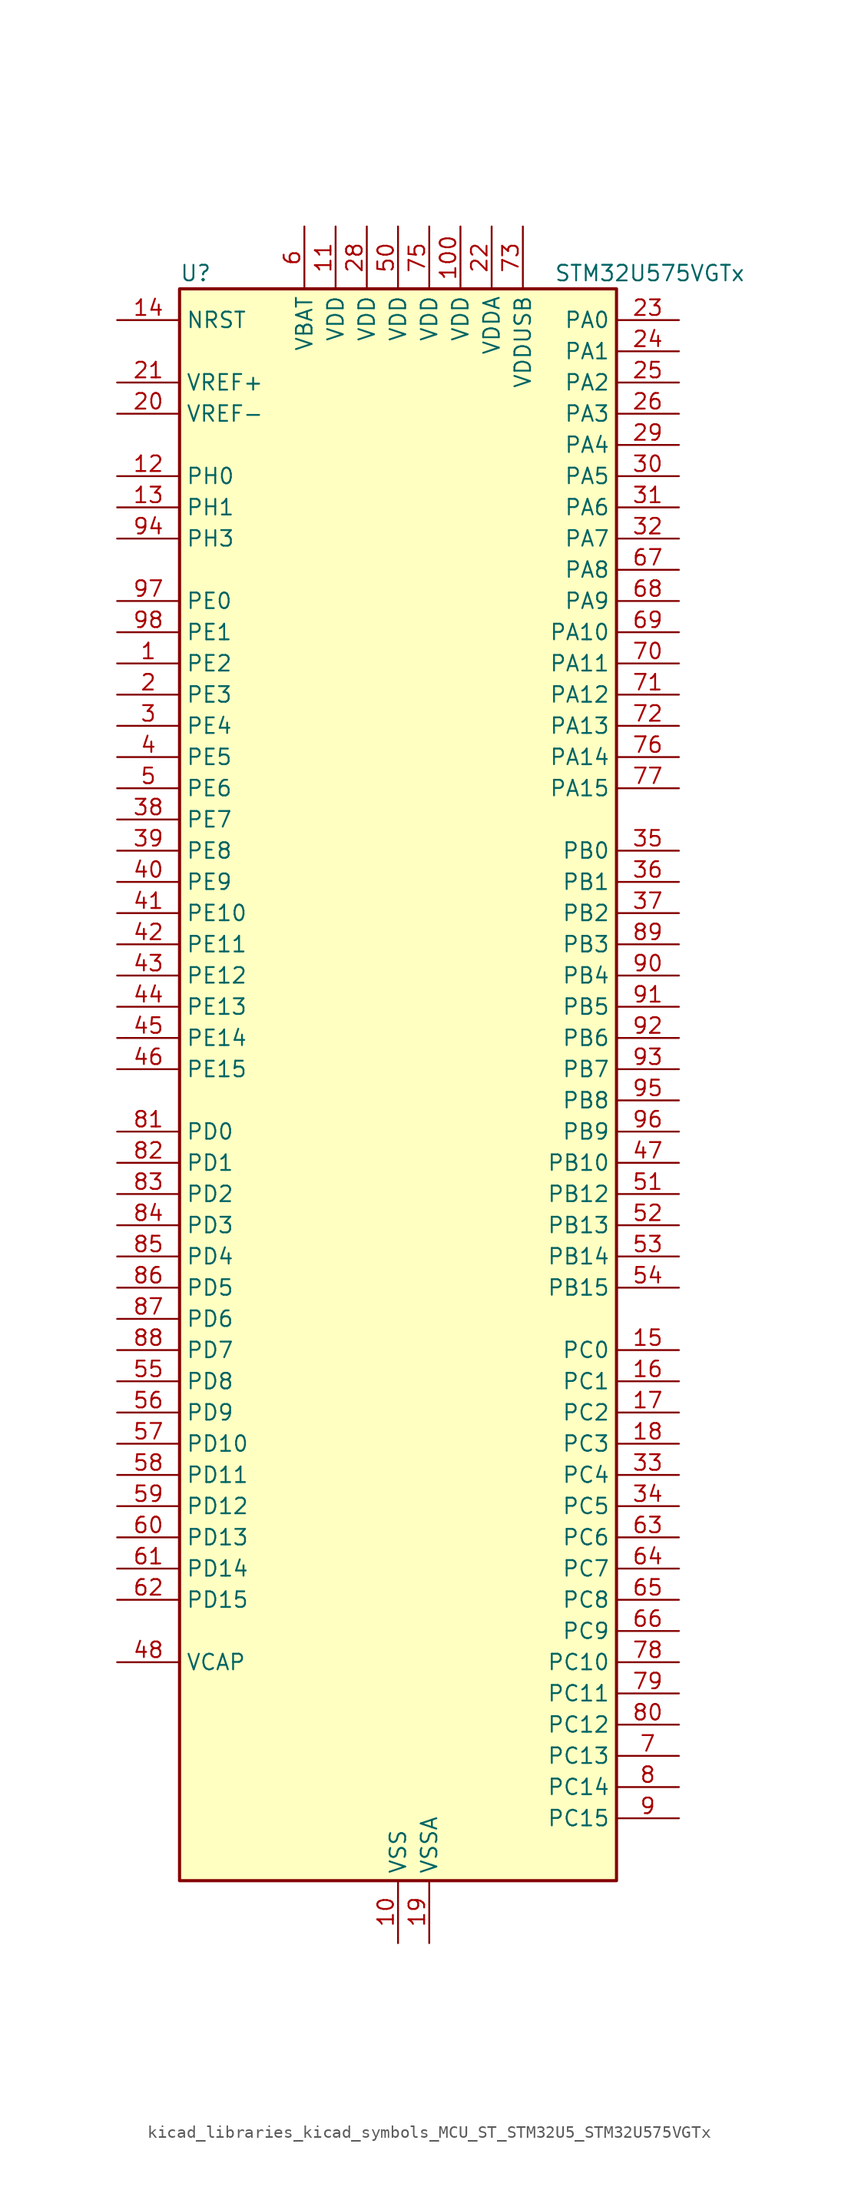
<source format=kicad_sym>
(kicad_symbol_lib
  (version 20220914)
  (generator kicad_symbol_editor)
  (symbol "kicad_libraries_kicad_symbols_MCU_ST_STM32U5_STM32U575VGTx"
    (property "Reference" "U"
      (at -17.78 67.31 0)
      (effects (font (size 1.27 1.27)) (justify left)))
    (property "Value" "STM32U575VGTx"
      (at 12.7 67.31 0)
      (effects (font (size 1.27 1.27)) (justify left)))
    (property "ki_locked" ""
      (at 0 0 0)
      (effects (font (size 1.27 1.27))))
    (symbol "kicad_libraries_kicad_symbols_MCU_ST_STM32U5_STM32U575VGTx_0_1"
      (rectangle (start -17.78 -63.5) (end 17.78 66.04) (stroke (width 0.254) (type default)) (fill (type background))))
    (symbol "kicad_libraries_kicad_symbols_MCU_ST_STM32U5_STM32U575VGTx_1_1"
      (pin bidirectional line (at -22.86 35.56 0) (length 5.08) (name "PE2" (effects (font (size 1.27 1.27)))) (number "1" (effects (font (size 1.27 1.27)))) (alternate "DEBUG_TRACECLK" bidirectional line) (alternate "FMC_A23" bidirectional line) (alternate "SAI1_CK1" bidirectional line) (alternate "SAI1_MCLK_A" bidirectional line) (alternate "TIM3_ETR" bidirectional line) (alternate "TSC_G7_IO1" bidirectional line))
      (pin power_in line (at 0 -68.58 90) (length 5.08) (name "VSS" (effects (font (size 1.27 1.27)))) (number "10" (effects (font (size 1.27 1.27)))))
      (pin power_in line (at 5.08 71.12 270) (length 5.08) (name "VDD" (effects (font (size 1.27 1.27)))) (number "100" (effects (font (size 1.27 1.27)))))
      (pin power_in line (at -5.08 71.12 270) (length 5.08) (name "VDD" (effects (font (size 1.27 1.27)))) (number "11" (effects (font (size 1.27 1.27)))))
      (pin bidirectional line (at -22.86 50.8 0) (length 5.08) (name "PH0" (effects (font (size 1.27 1.27)))) (number "12" (effects (font (size 1.27 1.27)))) (alternate "RCC_OSC_IN" bidirectional line))
      (pin bidirectional line (at -22.86 48.26 0) (length 5.08) (name "PH1" (effects (font (size 1.27 1.27)))) (number "13" (effects (font (size 1.27 1.27)))) (alternate "RCC_OSC_OUT" bidirectional line))
      (pin input line (at -22.86 63.5 0) (length 5.08) (name "NRST" (effects (font (size 1.27 1.27)))) (number "14" (effects (font (size 1.27 1.27)))))
      (pin bidirectional line (at 22.86 -20.32 180) (length 5.08) (name "PC0" (effects (font (size 1.27 1.27)))) (number "15" (effects (font (size 1.27 1.27)))) (alternate "ADC1_IN1" bidirectional line) (alternate "ADC4_IN1" bidirectional line) (alternate "I2C3_SCL" bidirectional line) (alternate "LPTIM1_IN1" bidirectional line) (alternate "LPTIM2_IN1" bidirectional line) (alternate "LPUART1_RX" bidirectional line) (alternate "MDF1_SDI4" bidirectional line) (alternate "OCTOSPIM_P1_IO7" bidirectional line) (alternate "SAI2_FS_A" bidirectional line) (alternate "SDMMC1_D5" bidirectional line) (alternate "SPI2_RDY" bidirectional line))
      (pin bidirectional line (at 22.86 -22.86 180) (length 5.08) (name "PC1" (effects (font (size 1.27 1.27)))) (number "16" (effects (font (size 1.27 1.27)))) (alternate "ADC1_IN2" bidirectional line) (alternate "ADC4_IN2" bidirectional line) (alternate "DEBUG_TRACED0" bidirectional line) (alternate "I2C3_SDA" bidirectional line) (alternate "LPTIM1_CH1" bidirectional line) (alternate "LPUART1_TX" bidirectional line) (alternate "MDF1_CKI4" bidirectional line) (alternate "OCTOSPIM_P1_IO4" bidirectional line) (alternate "SAI1_SD_A" bidirectional line) (alternate "SDMMC2_CK" bidirectional line) (alternate "SPI2_MOSI" bidirectional line))
      (pin bidirectional line (at 22.86 -25.4 180) (length 5.08) (name "PC2" (effects (font (size 1.27 1.27)))) (number "17" (effects (font (size 1.27 1.27)))) (alternate "ADC1_IN3" bidirectional line) (alternate "ADC4_IN3" bidirectional line) (alternate "LPTIM1_IN2" bidirectional line) (alternate "MDF1_CCK1" bidirectional line) (alternate "OCTOSPIM_P1_IO5" bidirectional line) (alternate "SPI2_MISO" bidirectional line))
      (pin bidirectional line (at 22.86 -27.94 180) (length 5.08) (name "PC3" (effects (font (size 1.27 1.27)))) (number "18" (effects (font (size 1.27 1.27)))) (alternate "ADC1_IN4" bidirectional line) (alternate "ADC4_IN4" bidirectional line) (alternate "LPTIM1_ETR" bidirectional line) (alternate "LPTIM2_ETR" bidirectional line) (alternate "LPTIM3_CH1" bidirectional line) (alternate "OCTOSPIM_P1_IO6" bidirectional line) (alternate "SAI1_D1" bidirectional line) (alternate "SAI1_SD_A" bidirectional line) (alternate "SPI2_MOSI" bidirectional line))
      (pin power_in line (at 2.54 -68.58 90) (length 5.08) (name "VSSA" (effects (font (size 1.27 1.27)))) (number "19" (effects (font (size 1.27 1.27)))))
      (pin bidirectional line (at -22.86 33.02 0) (length 5.08) (name "PE3" (effects (font (size 1.27 1.27)))) (number "2" (effects (font (size 1.27 1.27)))) (alternate "DEBUG_TRACED0" bidirectional line) (alternate "FMC_A19" bidirectional line) (alternate "OCTOSPIM_P1_DQS" bidirectional line) (alternate "SAI1_SD_B" bidirectional line) (alternate "TAMP_IN6" bidirectional line) (alternate "TAMP_OUT3" bidirectional line) (alternate "TIM3_CH1" bidirectional line) (alternate "TSC_G7_IO2" bidirectional line))
      (pin input line (at -22.86 55.88 0) (length 5.08) (name "VREF-" (effects (font (size 1.27 1.27)))) (number "20" (effects (font (size 1.27 1.27)))))
      (pin input line (at -22.86 58.42 0) (length 5.08) (name "VREF+" (effects (font (size 1.27 1.27)))) (number "21" (effects (font (size 1.27 1.27)))) (alternate "VREFBUF_OUT" bidirectional line))
      (pin power_in line (at 7.62 71.12 270) (length 5.08) (name "VDDA" (effects (font (size 1.27 1.27)))) (number "22" (effects (font (size 1.27 1.27)))))
      (pin bidirectional line (at 22.86 63.5 180) (length 5.08) (name "PA0" (effects (font (size 1.27 1.27)))) (number "23" (effects (font (size 1.27 1.27)))) (alternate "ADC1_IN5" bidirectional line) (alternate "AUDIOCLK" bidirectional line) (alternate "OCTOSPIM_P2_NCS" bidirectional line) (alternate "OPAMP1_VINP" bidirectional line) (alternate "PWR_WKUP1" bidirectional line) (alternate "SDMMC2_CMD" bidirectional line) (alternate "SPI3_RDY" bidirectional line) (alternate "TAMP_IN2" bidirectional line) (alternate "TAMP_OUT1" bidirectional line) (alternate "TIM2_CH1" bidirectional line) (alternate "TIM2_ETR" bidirectional line) (alternate "TIM5_CH1" bidirectional line) (alternate "TIM8_ETR" bidirectional line) (alternate "UART4_TX" bidirectional line) (alternate "USART2_CTS" bidirectional line))
      (pin bidirectional line (at 22.86 60.96 180) (length 5.08) (name "PA1" (effects (font (size 1.27 1.27)))) (number "24" (effects (font (size 1.27 1.27)))) (alternate "ADC1_IN6" bidirectional line) (alternate "I2C1_SMBA" bidirectional line) (alternate "LPTIM1_CH2" bidirectional line) (alternate "OCTOSPIM_P1_DQS" bidirectional line) (alternate "OPAMP1_VINM" bidirectional line) (alternate "PWR_WKUP3" bidirectional line) (alternate "SPI1_SCK" bidirectional line) (alternate "TAMP_IN5" bidirectional line) (alternate "TAMP_OUT4" bidirectional line) (alternate "TIM15_CH1N" bidirectional line) (alternate "TIM2_CH2" bidirectional line) (alternate "TIM5_CH2" bidirectional line) (alternate "UART4_RX" bidirectional line) (alternate "USART2_DE" bidirectional line) (alternate "USART2_RTS" bidirectional line))
      (pin bidirectional line (at 22.86 58.42 180) (length 5.08) (name "PA2" (effects (font (size 1.27 1.27)))) (number "25" (effects (font (size 1.27 1.27)))) (alternate "ADC1_IN7" bidirectional line) (alternate "COMP1_INP" bidirectional line) (alternate "LPUART1_TX" bidirectional line) (alternate "OCTOSPIM_P1_NCS" bidirectional line) (alternate "PWR_WKUP4" bidirectional line) (alternate "RCC_LSCO" bidirectional line) (alternate "SPI1_RDY" bidirectional line) (alternate "TIM15_CH1" bidirectional line) (alternate "TIM2_CH3" bidirectional line) (alternate "TIM5_CH3" bidirectional line) (alternate "UCPD1_FRSTX1" bidirectional line) (alternate "USART2_TX" bidirectional line))
      (pin bidirectional line (at 22.86 55.88 180) (length 5.08) (name "PA3" (effects (font (size 1.27 1.27)))) (number "26" (effects (font (size 1.27 1.27)))) (alternate "ADC1_IN8" bidirectional line) (alternate "LPUART1_RX" bidirectional line) (alternate "OCTOSPIM_P1_CLK" bidirectional line) (alternate "OPAMP1_VOUT" bidirectional line) (alternate "PWR_WKUP5" bidirectional line) (alternate "SAI1_CK1" bidirectional line) (alternate "SAI1_MCLK_A" bidirectional line) (alternate "TIM15_CH2" bidirectional line) (alternate "TIM2_CH4" bidirectional line) (alternate "TIM5_CH4" bidirectional line) (alternate "USART2_RX" bidirectional line))
      (pin passive line (at 0 -68.58 90) (length 5.08) hide (name "VSS" (effects (font (size 1.27 1.27)))) (number "27" (effects (font (size 1.27 1.27)))))
      (pin power_in line (at -2.54 71.12 270) (length 5.08) (name "VDD" (effects (font (size 1.27 1.27)))) (number "28" (effects (font (size 1.27 1.27)))))
      (pin bidirectional line (at 22.86 53.34 180) (length 5.08) (name "PA4" (effects (font (size 1.27 1.27)))) (number "29" (effects (font (size 1.27 1.27)))) (alternate "ADC1_IN9" bidirectional line) (alternate "ADC4_IN9" bidirectional line) (alternate "DAC1_OUT1" bidirectional line) (alternate "DCMI_HSYNC" bidirectional line) (alternate "LPTIM2_CH1" bidirectional line) (alternate "OCTOSPIM_P1_NCS" bidirectional line) (alternate "PSSI_DE" bidirectional line) (alternate "PWR_WKUP2" bidirectional line) (alternate "SAI1_FS_B" bidirectional line) (alternate "SPI1_NSS" bidirectional line) (alternate "SPI3_NSS" bidirectional line) (alternate "USART2_CK" bidirectional line))
      (pin bidirectional line (at -22.86 30.48 0) (length 5.08) (name "PE4" (effects (font (size 1.27 1.27)))) (number "3" (effects (font (size 1.27 1.27)))) (alternate "DCMI_D4" bidirectional line) (alternate "DEBUG_TRACED1" bidirectional line) (alternate "FMC_A20" bidirectional line) (alternate "MDF1_SDI3" bidirectional line) (alternate "PSSI_D4" bidirectional line) (alternate "PWR_WKUP1" bidirectional line) (alternate "SAI1_D2" bidirectional line) (alternate "SAI1_FS_A" bidirectional line) (alternate "TAMP_IN7" bidirectional line) (alternate "TAMP_OUT8" bidirectional line) (alternate "TIM3_CH2" bidirectional line) (alternate "TSC_G7_IO3" bidirectional line))
      (pin bidirectional line (at 22.86 50.8 180) (length 5.08) (name "PA5" (effects (font (size 1.27 1.27)))) (number "30" (effects (font (size 1.27 1.27)))) (alternate "ADC1_IN10" bidirectional line) (alternate "ADC4_IN10" bidirectional line) (alternate "DAC1_OUT2" bidirectional line) (alternate "LPTIM2_ETR" bidirectional line) (alternate "PSSI_D14" bidirectional line) (alternate "PWR_CSLEEP" bidirectional line) (alternate "PWR_WKUP6" bidirectional line) (alternate "SPI1_SCK" bidirectional line) (alternate "TIM2_CH1" bidirectional line) (alternate "TIM2_ETR" bidirectional line) (alternate "TIM8_CH1N" bidirectional line) (alternate "USART3_RX" bidirectional line))
      (pin bidirectional line (at 22.86 48.26 180) (length 5.08) (name "PA6" (effects (font (size 1.27 1.27)))) (number "31" (effects (font (size 1.27 1.27)))) (alternate "ADC1_IN11" bidirectional line) (alternate "ADC4_IN11" bidirectional line) (alternate "DCMI_PIXCLK" bidirectional line) (alternate "LPUART1_CTS" bidirectional line) (alternate "OCTOSPIM_P1_IO3" bidirectional line) (alternate "OPAMP2_VINP" bidirectional line) (alternate "PSSI_PDCK" bidirectional line) (alternate "PWR_CDSTOP" bidirectional line) (alternate "PWR_WKUP7" bidirectional line) (alternate "SPI1_MISO" bidirectional line) (alternate "TIM16_CH1" bidirectional line) (alternate "TIM1_BKIN" bidirectional line) (alternate "TIM3_CH1" bidirectional line) (alternate "TIM8_BKIN" bidirectional line) (alternate "USART3_CTS" bidirectional line))
      (pin bidirectional line (at 22.86 45.72 180) (length 5.08) (name "PA7" (effects (font (size 1.27 1.27)))) (number "32" (effects (font (size 1.27 1.27)))) (alternate "ADC1_IN12" bidirectional line) (alternate "ADC4_IN20" bidirectional line) (alternate "I2C3_SCL" bidirectional line) (alternate "LPTIM2_CH2" bidirectional line) (alternate "OCTOSPIM_P1_IO2" bidirectional line) (alternate "OPAMP2_VINM" bidirectional line) (alternate "PWR_SRDSTOP" bidirectional line) (alternate "PWR_WKUP8" bidirectional line) (alternate "SPI1_MOSI" bidirectional line) (alternate "TIM17_CH1" bidirectional line) (alternate "TIM1_CH1N" bidirectional line) (alternate "TIM3_CH2" bidirectional line) (alternate "TIM8_CH1N" bidirectional line) (alternate "USART3_TX" bidirectional line))
      (pin bidirectional line (at 22.86 -30.48 180) (length 5.08) (name "PC4" (effects (font (size 1.27 1.27)))) (number "33" (effects (font (size 1.27 1.27)))) (alternate "ADC1_IN13" bidirectional line) (alternate "ADC4_IN22" bidirectional line) (alternate "COMP1_INM" bidirectional line) (alternate "OCTOSPIM_P1_IO7" bidirectional line) (alternate "USART3_TX" bidirectional line))
      (pin bidirectional line (at 22.86 -33.02 180) (length 5.08) (name "PC5" (effects (font (size 1.27 1.27)))) (number "34" (effects (font (size 1.27 1.27)))) (alternate "ADC1_IN14" bidirectional line) (alternate "ADC4_IN23" bidirectional line) (alternate "COMP1_INP" bidirectional line) (alternate "PSSI_D15" bidirectional line) (alternate "PWR_WKUP5" bidirectional line) (alternate "SAI1_D3" bidirectional line) (alternate "TAMP_IN4" bidirectional line) (alternate "TAMP_OUT5" bidirectional line) (alternate "TIM1_CH4N" bidirectional line) (alternate "USART3_RX" bidirectional line))
      (pin bidirectional line (at 22.86 20.32 180) (length 5.08) (name "PB0" (effects (font (size 1.27 1.27)))) (number "35" (effects (font (size 1.27 1.27)))) (alternate "ADC1_IN15" bidirectional line) (alternate "ADC4_IN18" bidirectional line) (alternate "AUDIOCLK" bidirectional line) (alternate "COMP1_OUT" bidirectional line) (alternate "LPTIM3_CH1" bidirectional line) (alternate "OCTOSPIM_P1_IO1" bidirectional line) (alternate "OPAMP2_VOUT" bidirectional line) (alternate "SPI1_NSS" bidirectional line) (alternate "TIM1_CH2N" bidirectional line) (alternate "TIM3_CH3" bidirectional line) (alternate "TIM8_CH2N" bidirectional line) (alternate "USART3_CK" bidirectional line))
      (pin bidirectional line (at 22.86 17.78 180) (length 5.08) (name "PB1" (effects (font (size 1.27 1.27)))) (number "36" (effects (font (size 1.27 1.27)))) (alternate "ADC1_IN16" bidirectional line) (alternate "ADC4_IN19" bidirectional line) (alternate "COMP1_INM" bidirectional line) (alternate "LPTIM2_IN1" bidirectional line) (alternate "LPTIM3_CH2" bidirectional line) (alternate "LPUART1_DE" bidirectional line) (alternate "LPUART1_RTS" bidirectional line) (alternate "MDF1_SDI0" bidirectional line) (alternate "OCTOSPIM_P1_IO0" bidirectional line) (alternate "PWR_WKUP4" bidirectional line) (alternate "TIM1_CH3N" bidirectional line) (alternate "TIM3_CH4" bidirectional line) (alternate "TIM8_CH3N" bidirectional line) (alternate "USART3_DE" bidirectional line) (alternate "USART3_RTS" bidirectional line))
      (pin bidirectional line (at 22.86 15.24 180) (length 5.08) (name "PB2" (effects (font (size 1.27 1.27)))) (number "37" (effects (font (size 1.27 1.27)))) (alternate "ADC1_IN17" bidirectional line) (alternate "COMP1_INP" bidirectional line) (alternate "I2C3_SMBA" bidirectional line) (alternate "LPTIM1_CH1" bidirectional line) (alternate "MDF1_CKI0" bidirectional line) (alternate "OCTOSPIM_P1_DQS" bidirectional line) (alternate "PWR_WKUP1" bidirectional line) (alternate "RTC_OUT2" bidirectional line) (alternate "SPI1_RDY" bidirectional line) (alternate "TIM8_CH4N" bidirectional line) (alternate "UCPD1_FRSTX1" bidirectional line))
      (pin bidirectional line (at -22.86 22.86 0) (length 5.08) (name "PE7" (effects (font (size 1.27 1.27)))) (number "38" (effects (font (size 1.27 1.27)))) (alternate "FMC_D4" bidirectional line) (alternate "FMC_DA4" bidirectional line) (alternate "MDF1_SDI2" bidirectional line) (alternate "PWR_WKUP6" bidirectional line) (alternate "SAI1_SD_B" bidirectional line) (alternate "TIM1_ETR" bidirectional line))
      (pin bidirectional line (at -22.86 20.32 0) (length 5.08) (name "PE8" (effects (font (size 1.27 1.27)))) (number "39" (effects (font (size 1.27 1.27)))) (alternate "FMC_D5" bidirectional line) (alternate "FMC_DA5" bidirectional line) (alternate "MDF1_CKI2" bidirectional line) (alternate "PWR_WKUP7" bidirectional line) (alternate "SAI1_SCK_B" bidirectional line) (alternate "TIM1_CH1N" bidirectional line))
      (pin bidirectional line (at -22.86 27.94 0) (length 5.08) (name "PE5" (effects (font (size 1.27 1.27)))) (number "4" (effects (font (size 1.27 1.27)))) (alternate "DCMI_D6" bidirectional line) (alternate "DEBUG_TRACED2" bidirectional line) (alternate "FMC_A21" bidirectional line) (alternate "MDF1_CKI3" bidirectional line) (alternate "PSSI_D6" bidirectional line) (alternate "PWR_WKUP2" bidirectional line) (alternate "SAI1_CK2" bidirectional line) (alternate "SAI1_SCK_A" bidirectional line) (alternate "TAMP_IN8" bidirectional line) (alternate "TAMP_OUT7" bidirectional line) (alternate "TIM3_CH3" bidirectional line) (alternate "TSC_G7_IO4" bidirectional line))
      (pin bidirectional line (at -22.86 17.78 0) (length 5.08) (name "PE9" (effects (font (size 1.27 1.27)))) (number "40" (effects (font (size 1.27 1.27)))) (alternate "ADF1_CCK0" bidirectional line) (alternate "DAC1_EXTI9" bidirectional line) (alternate "FMC_D6" bidirectional line) (alternate "FMC_DA6" bidirectional line) (alternate "MDF1_CCK0" bidirectional line) (alternate "OCTOSPIM_P1_NCLK" bidirectional line) (alternate "SAI1_FS_B" bidirectional line) (alternate "TIM1_CH1" bidirectional line))
      (pin bidirectional line (at -22.86 15.24 0) (length 5.08) (name "PE10" (effects (font (size 1.27 1.27)))) (number "41" (effects (font (size 1.27 1.27)))) (alternate "ADF1_SDI0" bidirectional line) (alternate "FMC_D7" bidirectional line) (alternate "FMC_DA7" bidirectional line) (alternate "MDF1_SDI4" bidirectional line) (alternate "OCTOSPIM_P1_CLK" bidirectional line) (alternate "SAI1_MCLK_B" bidirectional line) (alternate "TIM1_CH2N" bidirectional line) (alternate "TSC_G5_IO1" bidirectional line))
      (pin bidirectional line (at -22.86 12.7 0) (length 5.08) (name "PE11" (effects (font (size 1.27 1.27)))) (number "42" (effects (font (size 1.27 1.27)))) (alternate "ADC1_EXTI11" bidirectional line) (alternate "FMC_D8" bidirectional line) (alternate "FMC_DA8" bidirectional line) (alternate "MDF1_CKI4" bidirectional line) (alternate "OCTOSPIM_P1_NCS" bidirectional line) (alternate "SPI1_RDY" bidirectional line) (alternate "TIM1_CH2" bidirectional line) (alternate "TSC_G5_IO2" bidirectional line))
      (pin bidirectional line (at -22.86 10.16 0) (length 5.08) (name "PE12" (effects (font (size 1.27 1.27)))) (number "43" (effects (font (size 1.27 1.27)))) (alternate "FMC_D9" bidirectional line) (alternate "FMC_DA9" bidirectional line) (alternate "MDF1_SDI5" bidirectional line) (alternate "OCTOSPIM_P1_IO0" bidirectional line) (alternate "SPI1_NSS" bidirectional line) (alternate "TIM1_CH3N" bidirectional line) (alternate "TSC_G5_IO3" bidirectional line))
      (pin bidirectional line (at -22.86 7.62 0) (length 5.08) (name "PE13" (effects (font (size 1.27 1.27)))) (number "44" (effects (font (size 1.27 1.27)))) (alternate "FMC_D10" bidirectional line) (alternate "FMC_DA10" bidirectional line) (alternate "MDF1_CKI5" bidirectional line) (alternate "OCTOSPIM_P1_IO1" bidirectional line) (alternate "SPI1_SCK" bidirectional line) (alternate "TIM1_CH3" bidirectional line) (alternate "TSC_G5_IO4" bidirectional line))
      (pin bidirectional line (at -22.86 5.08 0) (length 5.08) (name "PE14" (effects (font (size 1.27 1.27)))) (number "45" (effects (font (size 1.27 1.27)))) (alternate "FMC_D11" bidirectional line) (alternate "FMC_DA11" bidirectional line) (alternate "OCTOSPIM_P1_IO2" bidirectional line) (alternate "SPI1_MISO" bidirectional line) (alternate "TIM1_BKIN2" bidirectional line) (alternate "TIM1_CH4" bidirectional line))
      (pin bidirectional line (at -22.86 2.54 0) (length 5.08) (name "PE15" (effects (font (size 1.27 1.27)))) (number "46" (effects (font (size 1.27 1.27)))) (alternate "ADC1_EXTI15" bidirectional line) (alternate "ADC4_EXTI15" bidirectional line) (alternate "FMC_D12" bidirectional line) (alternate "FMC_DA12" bidirectional line) (alternate "OCTOSPIM_P1_IO3" bidirectional line) (alternate "SPI1_MOSI" bidirectional line) (alternate "TIM1_BKIN" bidirectional line) (alternate "TIM1_CH4N" bidirectional line))
      (pin bidirectional line (at 22.86 -5.08 180) (length 5.08) (name "PB10" (effects (font (size 1.27 1.27)))) (number "47" (effects (font (size 1.27 1.27)))) (alternate "COMP1_OUT" bidirectional line) (alternate "I2C2_SCL" bidirectional line) (alternate "I2C4_SCL" bidirectional line) (alternate "LPTIM3_CH1" bidirectional line) (alternate "LPUART1_RX" bidirectional line) (alternate "OCTOSPIM_P1_CLK" bidirectional line) (alternate "PWR_WKUP8" bidirectional line) (alternate "SAI1_SCK_A" bidirectional line) (alternate "SPI2_SCK" bidirectional line) (alternate "TIM2_CH3" bidirectional line) (alternate "TSC_SYNC" bidirectional line) (alternate "USART3_TX" bidirectional line))
      (pin power_out line (at -22.86 -45.72 0) (length 5.08) (name "VCAP" (effects (font (size 1.27 1.27)))) (number "48" (effects (font (size 1.27 1.27)))))
      (pin passive line (at 0 -68.58 90) (length 5.08) hide (name "VSS" (effects (font (size 1.27 1.27)))) (number "49" (effects (font (size 1.27 1.27)))))
      (pin bidirectional line (at -22.86 25.4 0) (length 5.08) (name "PE6" (effects (font (size 1.27 1.27)))) (number "5" (effects (font (size 1.27 1.27)))) (alternate "DCMI_D7" bidirectional line) (alternate "DEBUG_TRACED3" bidirectional line) (alternate "FMC_A22" bidirectional line) (alternate "PSSI_D7" bidirectional line) (alternate "PWR_WKUP3" bidirectional line) (alternate "SAI1_D1" bidirectional line) (alternate "SAI1_SD_A" bidirectional line) (alternate "TAMP_IN3" bidirectional line) (alternate "TAMP_OUT6" bidirectional line) (alternate "TIM3_CH4" bidirectional line))
      (pin power_in line (at 0 71.12 270) (length 5.08) (name "VDD" (effects (font (size 1.27 1.27)))) (number "50" (effects (font (size 1.27 1.27)))))
      (pin bidirectional line (at 22.86 -7.62 180) (length 5.08) (name "PB12" (effects (font (size 1.27 1.27)))) (number "51" (effects (font (size 1.27 1.27)))) (alternate "I2C2_SMBA" bidirectional line) (alternate "LPUART1_DE" bidirectional line) (alternate "LPUART1_RTS" bidirectional line) (alternate "MDF1_SDI1" bidirectional line) (alternate "OCTOSPIM_P1_NCLK" bidirectional line) (alternate "SAI2_FS_A" bidirectional line) (alternate "SPI2_NSS" bidirectional line) (alternate "TIM15_BKIN" bidirectional line) (alternate "TIM1_BKIN" bidirectional line) (alternate "TSC_G1_IO1" bidirectional line) (alternate "USART3_CK" bidirectional line))
      (pin bidirectional line (at 22.86 -10.16 180) (length 5.08) (name "PB13" (effects (font (size 1.27 1.27)))) (number "52" (effects (font (size 1.27 1.27)))) (alternate "I2C2_SCL" bidirectional line) (alternate "LPTIM3_IN1" bidirectional line) (alternate "LPUART1_CTS" bidirectional line) (alternate "MDF1_CKI1" bidirectional line) (alternate "SAI2_SCK_A" bidirectional line) (alternate "SPI2_SCK" bidirectional line) (alternate "TIM15_CH1N" bidirectional line) (alternate "TIM1_CH1N" bidirectional line) (alternate "TSC_G1_IO2" bidirectional line) (alternate "USART3_CTS" bidirectional line))
      (pin bidirectional line (at 22.86 -12.7 180) (length 5.08) (name "PB14" (effects (font (size 1.27 1.27)))) (number "53" (effects (font (size 1.27 1.27)))) (alternate "I2C2_SDA" bidirectional line) (alternate "LPTIM3_ETR" bidirectional line) (alternate "MDF1_SDI2" bidirectional line) (alternate "SAI2_MCLK_A" bidirectional line) (alternate "SDMMC2_D0" bidirectional line) (alternate "SPI2_MISO" bidirectional line) (alternate "TIM15_CH1" bidirectional line) (alternate "TIM1_CH2N" bidirectional line) (alternate "TIM8_CH2N" bidirectional line) (alternate "TSC_G1_IO3" bidirectional line) (alternate "UCPD1_DBCC2" bidirectional line) (alternate "USART3_DE" bidirectional line) (alternate "USART3_RTS" bidirectional line))
      (pin bidirectional line (at 22.86 -15.24 180) (length 5.08) (name "PB15" (effects (font (size 1.27 1.27)))) (number "54" (effects (font (size 1.27 1.27)))) (alternate "ADC1_EXTI15" bidirectional line) (alternate "ADC4_EXTI15" bidirectional line) (alternate "FMC_NBL1" bidirectional line) (alternate "LPTIM2_IN2" bidirectional line) (alternate "MDF1_CKI2" bidirectional line) (alternate "PWR_WKUP7" bidirectional line) (alternate "RTC_REFIN" bidirectional line) (alternate "SAI2_SD_A" bidirectional line) (alternate "SDMMC2_D1" bidirectional line) (alternate "SPI2_MOSI" bidirectional line) (alternate "TIM15_CH2" bidirectional line) (alternate "TIM1_CH3N" bidirectional line) (alternate "TIM8_CH3N" bidirectional line) (alternate "UCPD1_CC2" bidirectional line))
      (pin bidirectional line (at -22.86 -22.86 0) (length 5.08) (name "PD8" (effects (font (size 1.27 1.27)))) (number "55" (effects (font (size 1.27 1.27)))) (alternate "DCMI_HSYNC" bidirectional line) (alternate "FMC_D13" bidirectional line) (alternate "FMC_DA13" bidirectional line) (alternate "PSSI_DE" bidirectional line) (alternate "USART3_TX" bidirectional line))
      (pin bidirectional line (at -22.86 -25.4 0) (length 5.08) (name "PD9" (effects (font (size 1.27 1.27)))) (number "56" (effects (font (size 1.27 1.27)))) (alternate "DAC1_EXTI9" bidirectional line) (alternate "DCMI_PIXCLK" bidirectional line) (alternate "FMC_D14" bidirectional line) (alternate "FMC_DA14" bidirectional line) (alternate "LPTIM2_IN2" bidirectional line) (alternate "LPTIM3_IN1" bidirectional line) (alternate "PSSI_PDCK" bidirectional line) (alternate "SAI2_MCLK_A" bidirectional line) (alternate "USART3_RX" bidirectional line))
      (pin bidirectional line (at -22.86 -27.94 0) (length 5.08) (name "PD10" (effects (font (size 1.27 1.27)))) (number "57" (effects (font (size 1.27 1.27)))) (alternate "FMC_D15" bidirectional line) (alternate "FMC_DA15" bidirectional line) (alternate "LPTIM2_CH2" bidirectional line) (alternate "LPTIM3_ETR" bidirectional line) (alternate "SAI2_SCK_A" bidirectional line) (alternate "TSC_G6_IO1" bidirectional line) (alternate "USART3_CK" bidirectional line))
      (pin bidirectional line (at -22.86 -30.48 0) (length 5.08) (name "PD11" (effects (font (size 1.27 1.27)))) (number "58" (effects (font (size 1.27 1.27)))) (alternate "ADC1_EXTI11" bidirectional line) (alternate "ADC4_IN15" bidirectional line) (alternate "FMC_A16" bidirectional line) (alternate "FMC_CLE" bidirectional line) (alternate "I2C4_SMBA" bidirectional line) (alternate "LPTIM2_ETR" bidirectional line) (alternate "SAI2_SD_A" bidirectional line) (alternate "TSC_G6_IO2" bidirectional line) (alternate "USART3_CTS" bidirectional line))
      (pin bidirectional line (at -22.86 -33.02 0) (length 5.08) (name "PD12" (effects (font (size 1.27 1.27)))) (number "59" (effects (font (size 1.27 1.27)))) (alternate "ADC4_IN16" bidirectional line) (alternate "FMC_A17" bidirectional line) (alternate "FMC_ALE" bidirectional line) (alternate "I2C4_SCL" bidirectional line) (alternate "LPTIM2_IN1" bidirectional line) (alternate "SAI2_FS_A" bidirectional line) (alternate "TIM4_CH1" bidirectional line) (alternate "TSC_G6_IO3" bidirectional line) (alternate "USART3_DE" bidirectional line) (alternate "USART3_RTS" bidirectional line))
      (pin power_in line (at -7.62 71.12 270) (length 5.08) (name "VBAT" (effects (font (size 1.27 1.27)))) (number "6" (effects (font (size 1.27 1.27)))))
      (pin bidirectional line (at -22.86 -35.56 0) (length 5.08) (name "PD13" (effects (font (size 1.27 1.27)))) (number "60" (effects (font (size 1.27 1.27)))) (alternate "ADC4_IN17" bidirectional line) (alternate "FMC_A18" bidirectional line) (alternate "I2C4_SDA" bidirectional line) (alternate "LPTIM2_CH1" bidirectional line) (alternate "LPTIM4_IN1" bidirectional line) (alternate "TIM4_CH2" bidirectional line) (alternate "TSC_G6_IO4" bidirectional line))
      (pin bidirectional line (at -22.86 -38.1 0) (length 5.08) (name "PD14" (effects (font (size 1.27 1.27)))) (number "61" (effects (font (size 1.27 1.27)))) (alternate "FMC_D0" bidirectional line) (alternate "FMC_DA0" bidirectional line) (alternate "LPTIM3_CH1" bidirectional line) (alternate "TIM4_CH3" bidirectional line))
      (pin bidirectional line (at -22.86 -40.64 0) (length 5.08) (name "PD15" (effects (font (size 1.27 1.27)))) (number "62" (effects (font (size 1.27 1.27)))) (alternate "ADC1_EXTI15" bidirectional line) (alternate "ADC4_EXTI15" bidirectional line) (alternate "FMC_D1" bidirectional line) (alternate "FMC_DA1" bidirectional line) (alternate "LPTIM3_CH2" bidirectional line) (alternate "TIM4_CH4" bidirectional line))
      (pin bidirectional line (at 22.86 -35.56 180) (length 5.08) (name "PC6" (effects (font (size 1.27 1.27)))) (number "63" (effects (font (size 1.27 1.27)))) (alternate "DCMI_D0" bidirectional line) (alternate "MDF1_CKI3" bidirectional line) (alternate "PSSI_D0" bidirectional line) (alternate "PWR_CSLEEP" bidirectional line) (alternate "SAI2_MCLK_A" bidirectional line) (alternate "SDMMC1_D0DIR" bidirectional line) (alternate "SDMMC1_D6" bidirectional line) (alternate "SDMMC2_D6" bidirectional line) (alternate "TIM3_CH1" bidirectional line) (alternate "TIM8_CH1" bidirectional line) (alternate "TSC_G4_IO1" bidirectional line))
      (pin bidirectional line (at 22.86 -38.1 180) (length 5.08) (name "PC7" (effects (font (size 1.27 1.27)))) (number "64" (effects (font (size 1.27 1.27)))) (alternate "DCMI_D1" bidirectional line) (alternate "LPTIM2_CH2" bidirectional line) (alternate "MDF1_SDI3" bidirectional line) (alternate "PSSI_D1" bidirectional line) (alternate "PWR_CDSTOP" bidirectional line) (alternate "SAI2_MCLK_B" bidirectional line) (alternate "SDMMC1_D123DIR" bidirectional line) (alternate "SDMMC1_D7" bidirectional line) (alternate "SDMMC2_D7" bidirectional line) (alternate "TIM3_CH2" bidirectional line) (alternate "TIM8_CH2" bidirectional line) (alternate "TSC_G4_IO2" bidirectional line))
      (pin bidirectional line (at 22.86 -40.64 180) (length 5.08) (name "PC8" (effects (font (size 1.27 1.27)))) (number "65" (effects (font (size 1.27 1.27)))) (alternate "DCMI_D2" bidirectional line) (alternate "LPTIM3_CH1" bidirectional line) (alternate "PSSI_D2" bidirectional line) (alternate "PWR_SRDSTOP" bidirectional line) (alternate "SDMMC1_D0" bidirectional line) (alternate "TIM3_CH3" bidirectional line) (alternate "TIM8_CH3" bidirectional line) (alternate "TSC_G4_IO3" bidirectional line))
      (pin bidirectional line (at 22.86 -43.18 180) (length 5.08) (name "PC9" (effects (font (size 1.27 1.27)))) (number "66" (effects (font (size 1.27 1.27)))) (alternate "DAC1_EXTI9" bidirectional line) (alternate "DCMI_D3" bidirectional line) (alternate "DEBUG_TRACED0" bidirectional line) (alternate "LPTIM3_CH2" bidirectional line) (alternate "PSSI_D3" bidirectional line) (alternate "SDMMC1_D1" bidirectional line) (alternate "TIM3_CH4" bidirectional line) (alternate "TIM8_BKIN2" bidirectional line) (alternate "TIM8_CH4" bidirectional line) (alternate "TSC_G4_IO4" bidirectional line) (alternate "USB_OTG_FS_NOE" bidirectional line))
      (pin bidirectional line (at 22.86 43.18 180) (length 5.08) (name "PA8" (effects (font (size 1.27 1.27)))) (number "67" (effects (font (size 1.27 1.27)))) (alternate "DEBUG_TRACECLK" bidirectional line) (alternate "LPTIM2_CH1" bidirectional line) (alternate "RCC_MCO" bidirectional line) (alternate "SAI1_CK2" bidirectional line) (alternate "SAI1_SCK_A" bidirectional line) (alternate "SPI1_RDY" bidirectional line) (alternate "TIM1_CH1" bidirectional line) (alternate "USART1_CK" bidirectional line) (alternate "USB_OTG_FS_SOF" bidirectional line))
      (pin bidirectional line (at 22.86 40.64 180) (length 5.08) (name "PA9" (effects (font (size 1.27 1.27)))) (number "68" (effects (font (size 1.27 1.27)))) (alternate "DAC1_EXTI9" bidirectional line) (alternate "DCMI_D0" bidirectional line) (alternate "PSSI_D0" bidirectional line) (alternate "SAI1_FS_A" bidirectional line) (alternate "SPI2_SCK" bidirectional line) (alternate "TIM15_BKIN" bidirectional line) (alternate "TIM1_CH2" bidirectional line) (alternate "USART1_TX" bidirectional line) (alternate "USB_OTG_FS_VBUS" bidirectional line))
      (pin bidirectional line (at 22.86 38.1 180) (length 5.08) (name "PA10" (effects (font (size 1.27 1.27)))) (number "69" (effects (font (size 1.27 1.27)))) (alternate "CRS_SYNC" bidirectional line) (alternate "DCMI_D1" bidirectional line) (alternate "LPTIM2_IN2" bidirectional line) (alternate "PSSI_D1" bidirectional line) (alternate "SAI1_D1" bidirectional line) (alternate "SAI1_SD_A" bidirectional line) (alternate "TIM17_BKIN" bidirectional line) (alternate "TIM1_CH3" bidirectional line) (alternate "USART1_RX" bidirectional line) (alternate "USB_OTG_FS_ID" bidirectional line))
      (pin bidirectional line (at 22.86 -53.34 180) (length 5.08) (name "PC13" (effects (font (size 1.27 1.27)))) (number "7" (effects (font (size 1.27 1.27)))) (alternate "PWR_WKUP2" bidirectional line) (alternate "RTC_OUT1" bidirectional line) (alternate "RTC_TS" bidirectional line) (alternate "TAMP_IN1" bidirectional line) (alternate "TAMP_OUT2" bidirectional line))
      (pin bidirectional line (at 22.86 35.56 180) (length 5.08) (name "PA11" (effects (font (size 1.27 1.27)))) (number "70" (effects (font (size 1.27 1.27)))) (alternate "ADC1_EXTI11" bidirectional line) (alternate "FDCAN1_RX" bidirectional line) (alternate "SPI1_MISO" bidirectional line) (alternate "TIM1_BKIN2" bidirectional line) (alternate "TIM1_CH4" bidirectional line) (alternate "USART1_CTS" bidirectional line) (alternate "USB_OTG_FS_DM" bidirectional line))
      (pin bidirectional line (at 22.86 33.02 180) (length 5.08) (name "PA12" (effects (font (size 1.27 1.27)))) (number "71" (effects (font (size 1.27 1.27)))) (alternate "FDCAN1_TX" bidirectional line) (alternate "OCTOSPIM_P2_NCS" bidirectional line) (alternate "SPI1_MOSI" bidirectional line) (alternate "TIM1_ETR" bidirectional line) (alternate "USART1_DE" bidirectional line) (alternate "USART1_RTS" bidirectional line) (alternate "USB_OTG_FS_DP" bidirectional line))
      (pin bidirectional line (at 22.86 30.48 180) (length 5.08) (name "PA13" (effects (font (size 1.27 1.27)))) (number "72" (effects (font (size 1.27 1.27)))) (alternate "DEBUG_JTMS-SWDIO" bidirectional line) (alternate "IR_OUT" bidirectional line) (alternate "SAI1_SD_B" bidirectional line) (alternate "USB_OTG_FS_NOE" bidirectional line))
      (pin power_in line (at 10.16 71.12 270) (length 5.08) (name "VDDUSB" (effects (font (size 1.27 1.27)))) (number "73" (effects (font (size 1.27 1.27)))))
      (pin passive line (at 0 -68.58 90) (length 5.08) hide (name "VSS" (effects (font (size 1.27 1.27)))) (number "74" (effects (font (size 1.27 1.27)))))
      (pin power_in line (at 2.54 71.12 270) (length 5.08) (name "VDD" (effects (font (size 1.27 1.27)))) (number "75" (effects (font (size 1.27 1.27)))))
      (pin bidirectional line (at 22.86 27.94 180) (length 5.08) (name "PA14" (effects (font (size 1.27 1.27)))) (number "76" (effects (font (size 1.27 1.27)))) (alternate "DEBUG_JTCK-SWCLK" bidirectional line) (alternate "I2C1_SMBA" bidirectional line) (alternate "I2C4_SMBA" bidirectional line) (alternate "LPTIM1_CH1" bidirectional line) (alternate "SAI1_FS_B" bidirectional line) (alternate "USB_OTG_FS_SOF" bidirectional line))
      (pin bidirectional line (at 22.86 25.4 180) (length 5.08) (name "PA15" (effects (font (size 1.27 1.27)))) (number "77" (effects (font (size 1.27 1.27)))) (alternate "ADC1_EXTI15" bidirectional line) (alternate "ADC4_EXTI15" bidirectional line) (alternate "DEBUG_JTDI" bidirectional line) (alternate "SAI2_FS_B" bidirectional line) (alternate "SPI1_NSS" bidirectional line) (alternate "SPI3_NSS" bidirectional line) (alternate "TIM2_CH1" bidirectional line) (alternate "TIM2_ETR" bidirectional line) (alternate "UART4_DE" bidirectional line) (alternate "UART4_RTS" bidirectional line) (alternate "UCPD1_CC1" bidirectional line) (alternate "USART2_RX" bidirectional line) (alternate "USART3_DE" bidirectional line) (alternate "USART3_RTS" bidirectional line))
      (pin bidirectional line (at 22.86 -45.72 180) (length 5.08) (name "PC10" (effects (font (size 1.27 1.27)))) (number "78" (effects (font (size 1.27 1.27)))) (alternate "ADF1_CCK1" bidirectional line) (alternate "DCMI_D8" bidirectional line) (alternate "DEBUG_TRACED1" bidirectional line) (alternate "LPTIM3_ETR" bidirectional line) (alternate "PSSI_D8" bidirectional line) (alternate "SAI2_SCK_B" bidirectional line) (alternate "SDMMC1_D2" bidirectional line) (alternate "SPI3_SCK" bidirectional line) (alternate "TSC_G3_IO2" bidirectional line) (alternate "UART4_TX" bidirectional line) (alternate "USART3_TX" bidirectional line))
      (pin bidirectional line (at 22.86 -48.26 180) (length 5.08) (name "PC11" (effects (font (size 1.27 1.27)))) (number "79" (effects (font (size 1.27 1.27)))) (alternate "ADC1_EXTI11" bidirectional line) (alternate "ADF1_SDI0" bidirectional line) (alternate "DCMI_D2" bidirectional line) (alternate "DCMI_D4" bidirectional line) (alternate "LPTIM3_IN1" bidirectional line) (alternate "OCTOSPIM_P1_NCS" bidirectional line) (alternate "PSSI_D2" bidirectional line) (alternate "PSSI_D4" bidirectional line) (alternate "SAI2_MCLK_B" bidirectional line) (alternate "SDMMC1_D3" bidirectional line) (alternate "SPI3_MISO" bidirectional line) (alternate "TSC_G3_IO3" bidirectional line) (alternate "UART4_RX" bidirectional line) (alternate "UCPD1_FRSTX2" bidirectional line) (alternate "USART3_RX" bidirectional line))
      (pin bidirectional line (at 22.86 -55.88 180) (length 5.08) (name "PC14" (effects (font (size 1.27 1.27)))) (number "8" (effects (font (size 1.27 1.27)))) (alternate "RCC_OSC32_IN" bidirectional line))
      (pin bidirectional line (at 22.86 -50.8 180) (length 5.08) (name "PC12" (effects (font (size 1.27 1.27)))) (number "80" (effects (font (size 1.27 1.27)))) (alternate "DCMI_D9" bidirectional line) (alternate "DEBUG_TRACED3" bidirectional line) (alternate "PSSI_D9" bidirectional line) (alternate "SAI2_SD_B" bidirectional line) (alternate "SDMMC1_CK" bidirectional line) (alternate "SPI3_MOSI" bidirectional line) (alternate "TSC_G3_IO4" bidirectional line) (alternate "UART5_TX" bidirectional line) (alternate "USART3_CK" bidirectional line))
      (pin bidirectional line (at -22.86 -2.54 0) (length 5.08) (name "PD0" (effects (font (size 1.27 1.27)))) (number "81" (effects (font (size 1.27 1.27)))) (alternate "FDCAN1_RX" bidirectional line) (alternate "FMC_D2" bidirectional line) (alternate "FMC_DA2" bidirectional line) (alternate "SPI2_NSS" bidirectional line) (alternate "TIM8_CH4N" bidirectional line))
      (pin bidirectional line (at -22.86 -5.08 0) (length 5.08) (name "PD1" (effects (font (size 1.27 1.27)))) (number "82" (effects (font (size 1.27 1.27)))) (alternate "FDCAN1_TX" bidirectional line) (alternate "FMC_D3" bidirectional line) (alternate "FMC_DA3" bidirectional line) (alternate "SPI2_SCK" bidirectional line))
      (pin bidirectional line (at -22.86 -7.62 0) (length 5.08) (name "PD2" (effects (font (size 1.27 1.27)))) (number "83" (effects (font (size 1.27 1.27)))) (alternate "DCMI_D11" bidirectional line) (alternate "DEBUG_TRACED2" bidirectional line) (alternate "LPTIM4_ETR" bidirectional line) (alternate "PSSI_D11" bidirectional line) (alternate "SDMMC1_CMD" bidirectional line) (alternate "TIM3_ETR" bidirectional line) (alternate "TSC_SYNC" bidirectional line) (alternate "UART5_RX" bidirectional line) (alternate "USART3_DE" bidirectional line) (alternate "USART3_RTS" bidirectional line))
      (pin bidirectional line (at -22.86 -10.16 0) (length 5.08) (name "PD3" (effects (font (size 1.27 1.27)))) (number "84" (effects (font (size 1.27 1.27)))) (alternate "DCMI_D5" bidirectional line) (alternate "FMC_CLK" bidirectional line) (alternate "MDF1_SDI0" bidirectional line) (alternate "OCTOSPIM_P2_NCS" bidirectional line) (alternate "PSSI_D5" bidirectional line) (alternate "SPI2_MISO" bidirectional line) (alternate "SPI2_SCK" bidirectional line) (alternate "USART2_CTS" bidirectional line))
      (pin bidirectional line (at -22.86 -12.7 0) (length 5.08) (name "PD4" (effects (font (size 1.27 1.27)))) (number "85" (effects (font (size 1.27 1.27)))) (alternate "FMC_NOE" bidirectional line) (alternate "MDF1_CKI0" bidirectional line) (alternate "OCTOSPIM_P1_IO4" bidirectional line) (alternate "SPI2_MOSI" bidirectional line) (alternate "USART2_DE" bidirectional line) (alternate "USART2_RTS" bidirectional line))
      (pin bidirectional line (at -22.86 -15.24 0) (length 5.08) (name "PD5" (effects (font (size 1.27 1.27)))) (number "86" (effects (font (size 1.27 1.27)))) (alternate "FMC_NWE" bidirectional line) (alternate "OCTOSPIM_P1_IO5" bidirectional line) (alternate "SPI2_RDY" bidirectional line) (alternate "USART2_TX" bidirectional line))
      (pin bidirectional line (at -22.86 -17.78 0) (length 5.08) (name "PD6" (effects (font (size 1.27 1.27)))) (number "87" (effects (font (size 1.27 1.27)))) (alternate "DCMI_D10" bidirectional line) (alternate "FMC_NWAIT" bidirectional line) (alternate "MDF1_SDI1" bidirectional line) (alternate "OCTOSPIM_P1_IO6" bidirectional line) (alternate "PSSI_D10" bidirectional line) (alternate "SAI1_D1" bidirectional line) (alternate "SAI1_SD_A" bidirectional line) (alternate "SDMMC2_CK" bidirectional line) (alternate "SPI3_MOSI" bidirectional line) (alternate "USART2_RX" bidirectional line))
      (pin bidirectional line (at -22.86 -20.32 0) (length 5.08) (name "PD7" (effects (font (size 1.27 1.27)))) (number "88" (effects (font (size 1.27 1.27)))) (alternate "FMC_NCE" bidirectional line) (alternate "FMC_NE1" bidirectional line) (alternate "LPTIM4_OUT" bidirectional line) (alternate "MDF1_CKI1" bidirectional line) (alternate "OCTOSPIM_P1_IO7" bidirectional line) (alternate "SDMMC2_CMD" bidirectional line) (alternate "USART2_CK" bidirectional line))
      (pin bidirectional line (at 22.86 12.7 180) (length 5.08) (name "PB3" (effects (font (size 1.27 1.27)))) (number "89" (effects (font (size 1.27 1.27)))) (alternate "ADF1_CCK0" bidirectional line) (alternate "COMP2_INM" bidirectional line) (alternate "CRS_SYNC" bidirectional line) (alternate "DEBUG_JTDO-SWO" bidirectional line) (alternate "I2C1_SDA" bidirectional line) (alternate "LPTIM1_CH1" bidirectional line) (alternate "SAI1_SCK_B" bidirectional line) (alternate "SDMMC2_D2" bidirectional line) (alternate "SPI1_SCK" bidirectional line) (alternate "SPI3_SCK" bidirectional line) (alternate "TIM2_CH2" bidirectional line) (alternate "USART1_DE" bidirectional line) (alternate "USART1_RTS" bidirectional line))
      (pin bidirectional line (at 22.86 -58.42 180) (length 5.08) (name "PC15" (effects (font (size 1.27 1.27)))) (number "9" (effects (font (size 1.27 1.27)))) (alternate "ADC1_EXTI15" bidirectional line) (alternate "ADC4_EXTI15" bidirectional line) (alternate "RCC_OSC32_OUT" bidirectional line))
      (pin bidirectional line (at 22.86 10.16 180) (length 5.08) (name "PB4" (effects (font (size 1.27 1.27)))) (number "90" (effects (font (size 1.27 1.27)))) (alternate "ADF1_SDI0" bidirectional line) (alternate "COMP2_INP" bidirectional line) (alternate "DCMI_D12" bidirectional line) (alternate "DEBUG_JTRST" bidirectional line) (alternate "I2C3_SDA" bidirectional line) (alternate "LPTIM1_CH2" bidirectional line) (alternate "PSSI_D12" bidirectional line) (alternate "SAI1_MCLK_B" bidirectional line) (alternate "SDMMC2_D3" bidirectional line) (alternate "SPI1_MISO" bidirectional line) (alternate "SPI3_MISO" bidirectional line) (alternate "TIM17_BKIN" bidirectional line) (alternate "TIM3_CH1" bidirectional line) (alternate "TSC_G2_IO1" bidirectional line) (alternate "UART5_DE" bidirectional line) (alternate "UART5_RTS" bidirectional line) (alternate "USART1_CTS" bidirectional line))
      (pin bidirectional line (at 22.86 7.62 180) (length 5.08) (name "PB5" (effects (font (size 1.27 1.27)))) (number "91" (effects (font (size 1.27 1.27)))) (alternate "COMP2_OUT" bidirectional line) (alternate "DCMI_D10" bidirectional line) (alternate "I2C1_SMBA" bidirectional line) (alternate "LPTIM1_IN1" bidirectional line) (alternate "OCTOSPIM_P1_NCLK" bidirectional line) (alternate "PSSI_D10" bidirectional line) (alternate "PWR_WKUP6" bidirectional line) (alternate "SAI1_SD_B" bidirectional line) (alternate "SPI1_MOSI" bidirectional line) (alternate "SPI3_MOSI" bidirectional line) (alternate "TIM16_BKIN" bidirectional line) (alternate "TIM3_CH2" bidirectional line) (alternate "TSC_G2_IO2" bidirectional line) (alternate "UART5_CTS" bidirectional line) (alternate "UCPD1_DBCC1" bidirectional line) (alternate "USART1_CK" bidirectional line))
      (pin bidirectional line (at 22.86 5.08 180) (length 5.08) (name "PB6" (effects (font (size 1.27 1.27)))) (number "92" (effects (font (size 1.27 1.27)))) (alternate "COMP2_INP" bidirectional line) (alternate "DCMI_D5" bidirectional line) (alternate "I2C1_SCL" bidirectional line) (alternate "I2C4_SCL" bidirectional line) (alternate "LPTIM1_ETR" bidirectional line) (alternate "MDF1_SDI5" bidirectional line) (alternate "PSSI_D5" bidirectional line) (alternate "PWR_WKUP3" bidirectional line) (alternate "SAI1_FS_B" bidirectional line) (alternate "TIM16_CH1N" bidirectional line) (alternate "TIM4_CH1" bidirectional line) (alternate "TIM8_BKIN2" bidirectional line) (alternate "TSC_G2_IO3" bidirectional line) (alternate "USART1_TX" bidirectional line))
      (pin bidirectional line (at 22.86 2.54 180) (length 5.08) (name "PB7" (effects (font (size 1.27 1.27)))) (number "93" (effects (font (size 1.27 1.27)))) (alternate "COMP2_INM" bidirectional line) (alternate "DCMI_VSYNC" bidirectional line) (alternate "FMC_NL" bidirectional line) (alternate "I2C1_SDA" bidirectional line) (alternate "I2C4_SDA" bidirectional line) (alternate "LPTIM1_IN2" bidirectional line) (alternate "MDF1_CKI5" bidirectional line) (alternate "PSSI_RDY" bidirectional line) (alternate "PWR_PVD_IN" bidirectional line) (alternate "PWR_WKUP4" bidirectional line) (alternate "TIM17_CH1N" bidirectional line) (alternate "TIM4_CH2" bidirectional line) (alternate "TIM8_BKIN" bidirectional line) (alternate "TSC_G2_IO4" bidirectional line) (alternate "UART4_CTS" bidirectional line) (alternate "USART1_RX" bidirectional line))
      (pin bidirectional line (at -22.86 45.72 0) (length 5.08) (name "PH3" (effects (font (size 1.27 1.27)))) (number "94" (effects (font (size 1.27 1.27)))))
      (pin bidirectional line (at 22.86 0 180) (length 5.08) (name "PB8" (effects (font (size 1.27 1.27)))) (number "95" (effects (font (size 1.27 1.27)))) (alternate "DCMI_D6" bidirectional line) (alternate "FDCAN1_RX" bidirectional line) (alternate "I2C1_SCL" bidirectional line) (alternate "MDF1_CCK0" bidirectional line) (alternate "PSSI_D6" bidirectional line) (alternate "PWR_WKUP5" bidirectional line) (alternate "SAI1_CK1" bidirectional line) (alternate "SAI1_MCLK_A" bidirectional line) (alternate "SDMMC1_CKIN" bidirectional line) (alternate "SDMMC1_D4" bidirectional line) (alternate "SDMMC2_D4" bidirectional line) (alternate "SPI3_RDY" bidirectional line) (alternate "TIM16_CH1" bidirectional line) (alternate "TIM4_CH3" bidirectional line))
      (pin bidirectional line (at 22.86 -2.54 180) (length 5.08) (name "PB9" (effects (font (size 1.27 1.27)))) (number "96" (effects (font (size 1.27 1.27)))) (alternate "DAC1_EXTI9" bidirectional line) (alternate "DCMI_D7" bidirectional line) (alternate "FDCAN1_TX" bidirectional line) (alternate "I2C1_SDA" bidirectional line) (alternate "IR_OUT" bidirectional line) (alternate "PSSI_D7" bidirectional line) (alternate "SAI1_D2" bidirectional line) (alternate "SAI1_FS_A" bidirectional line) (alternate "SDMMC1_CDIR" bidirectional line) (alternate "SDMMC1_D5" bidirectional line) (alternate "SDMMC2_D5" bidirectional line) (alternate "SPI2_NSS" bidirectional line) (alternate "TIM17_CH1" bidirectional line) (alternate "TIM4_CH4" bidirectional line))
      (pin bidirectional line (at -22.86 40.64 0) (length 5.08) (name "PE0" (effects (font (size 1.27 1.27)))) (number "97" (effects (font (size 1.27 1.27)))) (alternate "DCMI_D2" bidirectional line) (alternate "FMC_NBL0" bidirectional line) (alternate "PSSI_D2" bidirectional line) (alternate "TIM16_CH1" bidirectional line) (alternate "TIM4_ETR" bidirectional line))
      (pin bidirectional line (at -22.86 38.1 0) (length 5.08) (name "PE1" (effects (font (size 1.27 1.27)))) (number "98" (effects (font (size 1.27 1.27)))) (alternate "DCMI_D3" bidirectional line) (alternate "FMC_NBL1" bidirectional line) (alternate "PSSI_D3" bidirectional line) (alternate "TIM17_CH1" bidirectional line))
      (pin passive line (at 0 -68.58 90) (length 5.08) hide (name "VSS" (effects (font (size 1.27 1.27)))) (number "99" (effects (font (size 1.27 1.27))))))))
</source>
